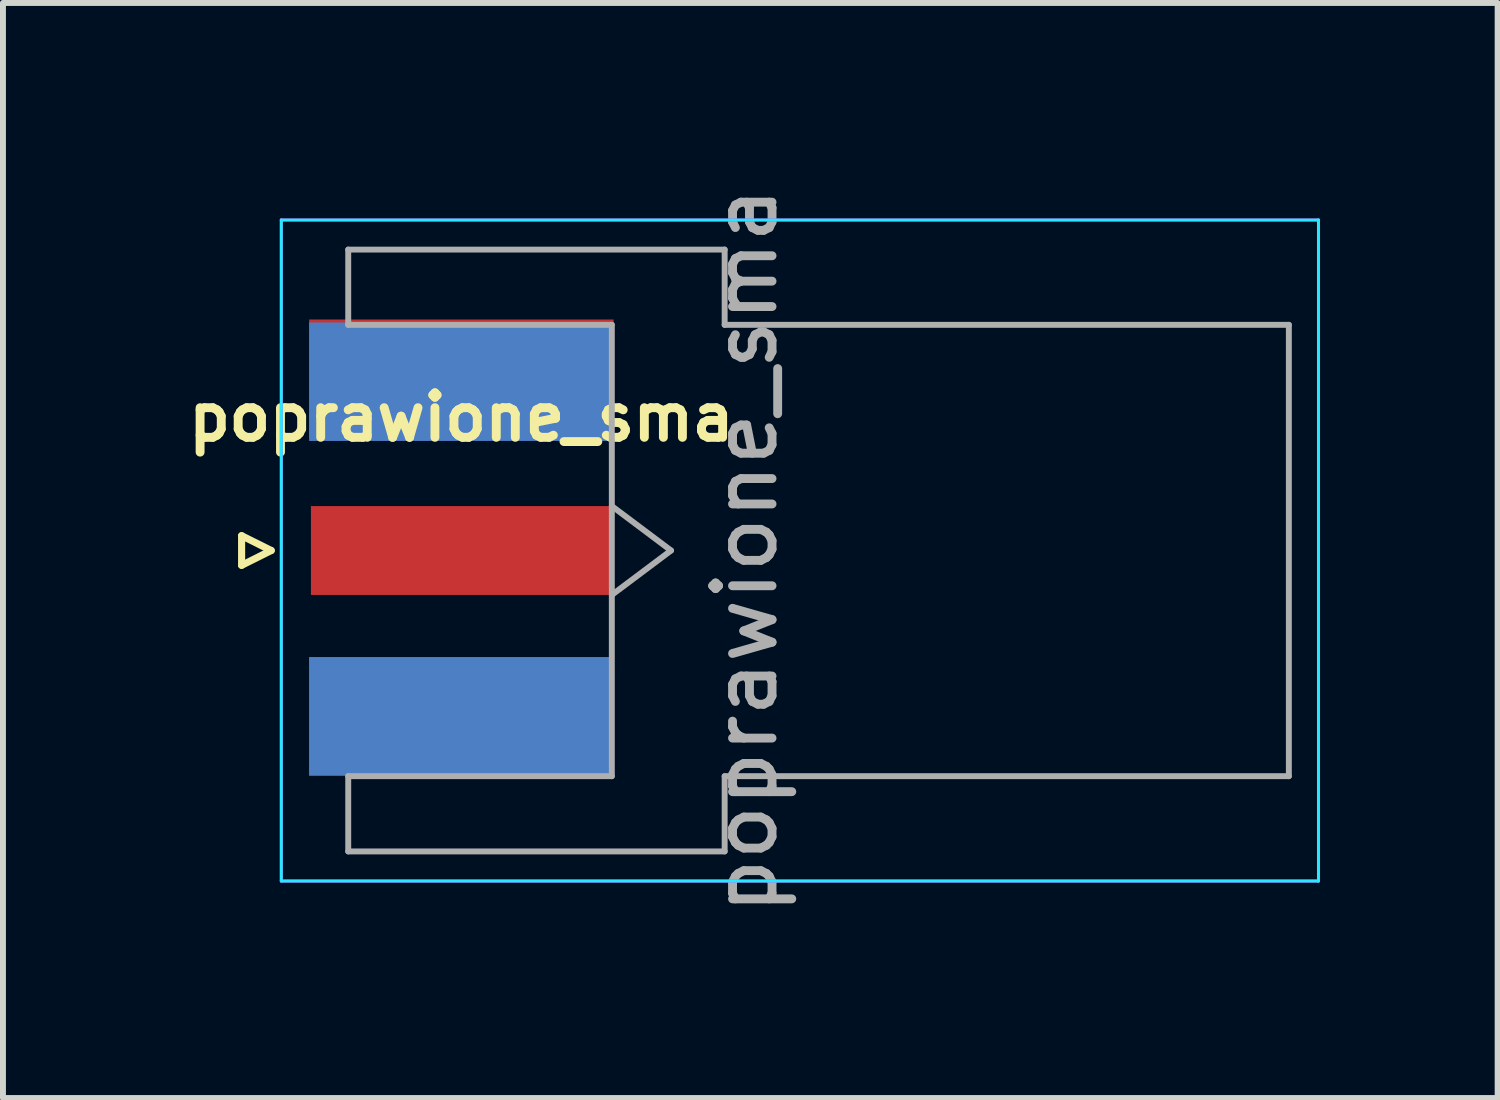
<source format=kicad_pcb>
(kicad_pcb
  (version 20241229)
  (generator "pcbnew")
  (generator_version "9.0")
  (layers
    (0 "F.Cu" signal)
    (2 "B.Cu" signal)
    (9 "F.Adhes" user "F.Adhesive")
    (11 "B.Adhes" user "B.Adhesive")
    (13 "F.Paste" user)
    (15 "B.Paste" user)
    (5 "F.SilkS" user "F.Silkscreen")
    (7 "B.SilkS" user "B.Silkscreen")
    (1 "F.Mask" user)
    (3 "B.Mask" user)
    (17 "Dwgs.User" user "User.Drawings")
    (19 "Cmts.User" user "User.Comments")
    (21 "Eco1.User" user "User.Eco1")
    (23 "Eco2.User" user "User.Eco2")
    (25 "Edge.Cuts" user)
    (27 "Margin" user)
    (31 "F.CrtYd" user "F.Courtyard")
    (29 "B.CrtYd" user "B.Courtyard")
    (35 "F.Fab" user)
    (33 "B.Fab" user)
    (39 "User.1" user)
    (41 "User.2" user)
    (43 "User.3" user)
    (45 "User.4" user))
  (footprint "poprawione_sma"
    (layer "F.Cu")
    (at 4.739 6.244)
    (property "Reference" "poprawione_sma" (at 0 -2.25 0) (layer "F.SilkS") (effects (font (size 0.75 0.75) (thickness 0.15))))
    (attr smd)
    (fp_line (start -3.71 -0.25) (end -3.71 0.25) (stroke (width 0.12) (type solid)) (layer "F.SilkS"))
    (fp_line (start -3.71 0.25) (end -3.21 0) (stroke (width 0.12) (type solid)) (layer "F.SilkS"))
    (fp_line (start -3.21 0) (end -3.71 -0.25) (stroke (width 0.12) (type solid)) (layer "F.SilkS"))
    (fp_line (start -3.04 5.58) (end -3.04 -5.58) (stroke (width 0.05) (type solid)) (layer "B.CrtYd"))
    (fp_line (start 14.47 -5.58) (end -3.04 -5.58) (stroke (width 0.05) (type solid)) (layer "B.CrtYd"))
    (fp_line (start 14.47 -5.58) (end 14.47 5.58) (stroke (width 0.05) (type solid)) (layer "B.CrtYd"))
    (fp_line (start 14.47 5.58) (end -3.04 5.58) (stroke (width 0.05) (type solid)) (layer "B.CrtYd"))
    (fp_line (start -3.04 5.58) (end -3.04 -5.58) (stroke (width 0.05) (type solid)) (layer "F.CrtYd"))
    (fp_line (start 14.47 -5.58) (end -3.04 -5.58) (stroke (width 0.05) (type solid)) (layer "F.CrtYd"))
    (fp_line (start 14.47 -5.58) (end 14.47 5.58) (stroke (width 0.05) (type solid)) (layer "F.CrtYd"))
    (fp_line (start 14.47 5.58) (end -3.04 5.58) (stroke (width 0.05) (type solid)) (layer "F.CrtYd"))
    (fp_line (start -1.91 -5.08) (end -1.91 -3.81) (stroke (width 0.1) (type solid)) (layer "F.Fab"))
    (fp_line (start -1.91 -5.08) (end 4.445 -5.08) (stroke (width 0.1) (type solid)) (layer "F.Fab"))
    (fp_line (start -1.91 -3.81) (end 2.54 -3.81) (stroke (width 0.1) (type solid)) (layer "F.Fab"))
    (fp_line (start -1.91 3.81) (end -1.91 5.08) (stroke (width 0.1) (type solid)) (layer "F.Fab"))
    (fp_line (start -1.91 5.08) (end 4.445 5.08) (stroke (width 0.1) (type solid)) (layer "F.Fab"))
    (fp_line (start 2.54 -3.81) (end 2.54 3.81) (stroke (width 0.1) (type solid)) (layer "F.Fab"))
    (fp_line (start 2.54 -0.75) (end 3.54 0) (stroke (width 0.1) (type solid)) (layer "F.Fab"))
    (fp_line (start 2.54 3.81) (end -1.91 3.81) (stroke (width 0.1) (type solid)) (layer "F.Fab"))
    (fp_line (start 3.54 0) (end 2.54 0.75) (stroke (width 0.1) (type solid)) (layer "F.Fab"))
    (fp_line (start 4.445 -3.81) (end 4.445 -5.08) (stroke (width 0.1) (type solid)) (layer "F.Fab"))
    (fp_line (start 4.445 -3.81) (end 13.97 -3.81) (stroke (width 0.1) (type solid)) (layer "F.Fab"))
    (fp_line (start 4.445 5.08) (end 4.445 3.81) (stroke (width 0.1) (type solid)) (layer "F.Fab"))
    (fp_line (start 13.97 -3.81) (end 13.97 3.81) (stroke (width 0.1) (type solid)) (layer "F.Fab"))
    (fp_line (start 13.97 3.81) (end 4.445 3.81) (stroke (width 0.1) (type solid)) (layer "F.Fab"))
    (fp_text user "${REFERENCE}" (at 4.79 0 90) (layer "F.Fab") (effects (font (size 1 1) (thickness 0.15))))
    (pad "1" smd rect (at 0 0 90) (size 1.5 5.08) (layers "F.Cu" "F.Mask" "F.Paste"))
    (pad "2" smd rect (at 0 -2.9 90) (size 2 5.14) (layers "F.Cu" "F.Mask" "F.Paste"))
    (pad "2" smd rect (at 0 -2.85 90) (size 2 5.14) (layers "B.Cu" "B.Mask" "B.Paste"))
    (pad "2" smd rect (at 0 2.8 90) (size 2 5.14) (layers "F.Cu" "F.Mask" "F.Paste"))
    (pad "2" smd rect (at 0 2.8 90) (size 2 5.14) (layers "B.Cu" "B.Mask" "B.Paste")))
  (gr_rect
    (start -3 -3)
    (end 22.234 15.488)
    (stroke (width 0.1) (type default))
    (fill no)
    (layer "Edge.Cuts")))
</source>
